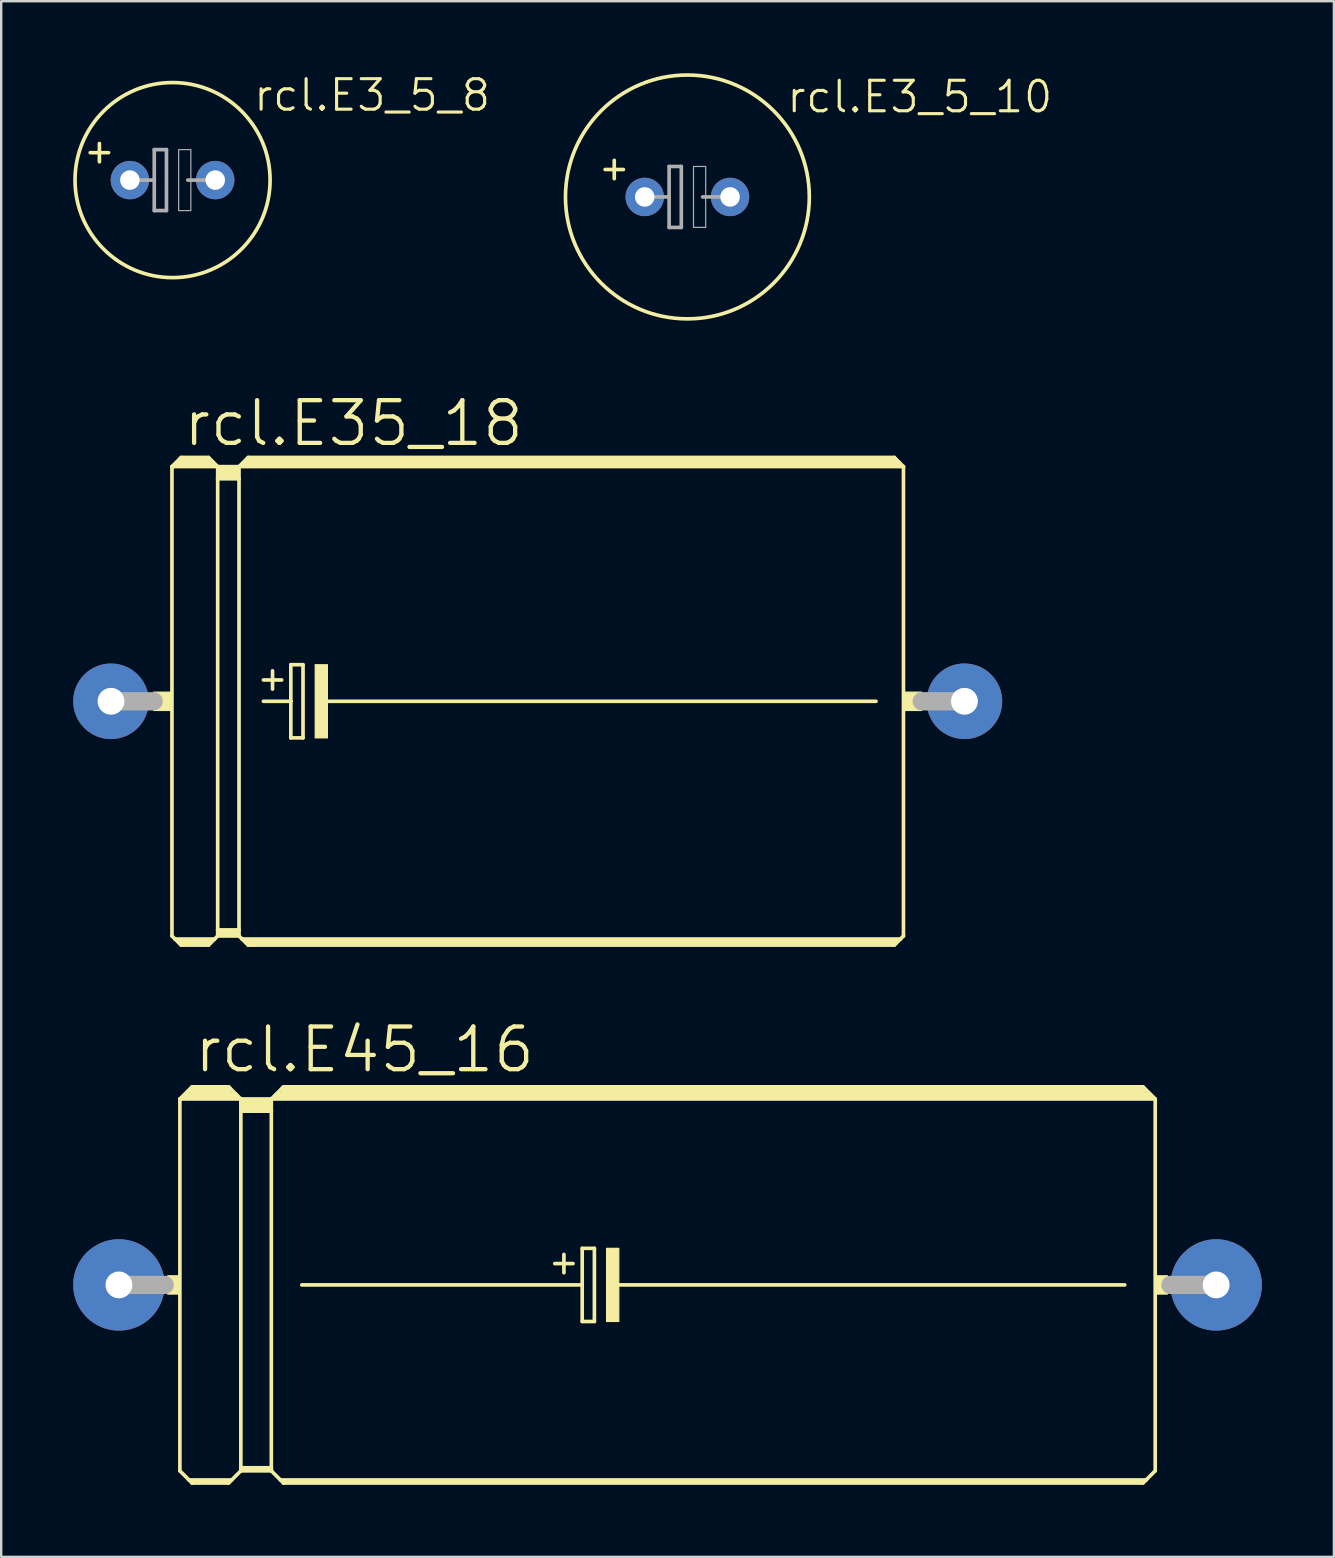
<source format=kicad_pcb>
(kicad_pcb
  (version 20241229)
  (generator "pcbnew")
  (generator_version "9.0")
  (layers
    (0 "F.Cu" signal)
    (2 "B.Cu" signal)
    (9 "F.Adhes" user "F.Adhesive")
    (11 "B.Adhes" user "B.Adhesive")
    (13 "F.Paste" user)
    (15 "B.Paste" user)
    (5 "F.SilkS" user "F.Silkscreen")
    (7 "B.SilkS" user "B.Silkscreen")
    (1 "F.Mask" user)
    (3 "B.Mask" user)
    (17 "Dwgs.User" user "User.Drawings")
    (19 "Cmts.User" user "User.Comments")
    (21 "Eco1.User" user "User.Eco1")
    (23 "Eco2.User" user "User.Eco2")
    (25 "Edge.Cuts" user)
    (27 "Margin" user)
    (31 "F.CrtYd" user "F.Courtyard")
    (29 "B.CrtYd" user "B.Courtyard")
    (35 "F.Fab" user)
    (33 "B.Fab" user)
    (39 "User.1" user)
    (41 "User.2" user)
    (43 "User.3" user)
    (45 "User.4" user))
  (footprint "rcl.E3_5_8"
    (layer "F.Cu")
    (at 4.14 4.454)
    (property "Reference" "rcl.E3_5_8" (at 3.302 -2.794 0) (layer "F.SilkS") (effects (font (size 1.27 1.27) (thickness 0.13)) (justify left bottom)))
    (attr through_hole)
    (fp_line (start -3.429 -1.143) (end -2.667 -1.143) (stroke (width 0.152) (type default)) (layer "F.SilkS"))
    (fp_line (start -3.048 -0.762) (end -3.048 -1.524) (stroke (width 0.152) (type default)) (layer "F.SilkS"))
    (fp_circle (center 0 0) (end 4.064 0) (stroke (width 0.152) (type default)) (fill no) (layer "F.SilkS"))
    (fp_line (start -1.651 0) (end -0.762 0) (stroke (width 0.152) (type default)) (layer "F.Fab"))
    (fp_line (start -0.762 -1.27) (end -0.762 0) (stroke (width 0.152) (type default)) (layer "F.Fab"))
    (fp_line (start -0.762 0) (end -0.762 1.27) (stroke (width 0.152) (type default)) (layer "F.Fab"))
    (fp_line (start -0.762 1.27) (end -0.254 1.27) (stroke (width 0.152) (type default)) (layer "F.Fab"))
    (fp_line (start -0.254 -1.27) (end -0.762 -1.27) (stroke (width 0.152) (type default)) (layer "F.Fab"))
    (fp_line (start -0.254 1.27) (end -0.254 -1.27) (stroke (width 0.152) (type default)) (layer "F.Fab"))
    (fp_line (start 0.635 0) (end 1.651 0) (stroke (width 0.152) (type default)) (layer "F.Fab"))
    (fp_rect (start 0.254 1.27) (end 0.762 -1.27) (stroke (width 0.05) (type default)) (fill no) (layer "F.Fab"))
    (pad "+" thru_hole circle (at -1.778 0) (size 1.6 1.6) (drill 0.813) (layers "*.Cu" "*.Mask"))
    (pad "-" thru_hole circle (at 1.778 0) (size 1.6 1.6) (drill 0.813) (layers "*.Cu" "*.Mask")))
  (footprint "rcl.E3_5_10"
    (layer "F.Cu")
    (at 25.592 5.156)
    (property "Reference" "rcl.E3_5_10" (at 4.064 -3.429 0) (layer "F.SilkS") (effects (font (size 1.27 1.27) (thickness 0.13)) (justify left bottom)))
    (attr through_hole)
    (fp_line (start -3.429 -1.143) (end -2.667 -1.143) (stroke (width 0.152) (type default)) (layer "F.SilkS"))
    (fp_line (start -3.048 -0.762) (end -3.048 -1.524) (stroke (width 0.152) (type default)) (layer "F.SilkS"))
    (fp_circle (center 0 0) (end 5.08 0) (stroke (width 0.152) (type default)) (fill no) (layer "F.SilkS"))
    (fp_line (start -1.651 0) (end -0.762 0) (stroke (width 0.152) (type default)) (layer "F.Fab"))
    (fp_line (start -0.762 -1.27) (end -0.762 0) (stroke (width 0.152) (type default)) (layer "F.Fab"))
    (fp_line (start -0.762 0) (end -0.762 1.27) (stroke (width 0.152) (type default)) (layer "F.Fab"))
    (fp_line (start -0.762 1.27) (end -0.254 1.27) (stroke (width 0.152) (type default)) (layer "F.Fab"))
    (fp_line (start -0.254 -1.27) (end -0.762 -1.27) (stroke (width 0.152) (type default)) (layer "F.Fab"))
    (fp_line (start -0.254 1.27) (end -0.254 -1.27) (stroke (width 0.152) (type default)) (layer "F.Fab"))
    (fp_line (start 0.635 0) (end 1.651 0) (stroke (width 0.152) (type default)) (layer "F.Fab"))
    (fp_rect (start 0.254 1.27) (end 0.762 -1.27) (stroke (width 0.05) (type default)) (fill no) (layer "F.Fab"))
    (pad "+" thru_hole circle (at -1.778 0) (size 1.6 1.6) (drill 0.813) (layers "*.Cu" "*.Mask"))
    (pad "-" thru_hole circle (at 1.778 0) (size 1.6 1.6) (drill 0.813) (layers "*.Cu" "*.Mask")))
  (footprint "rcl.E35_18"
    (layer "F.Cu")
    (at 19.355 26.171)
    (property "Reference" "rcl.E35_18" (at -14.859 -10.541 0) (layer "F.SilkS") (effects (font (size 1.778 1.778) (thickness 0.18)) (justify left bottom)))
    (attr through_hole)
    (fp_line (start -15.24 -9.779) (end -15.24 9.779) (stroke (width 0.152) (type default)) (layer "F.SilkS"))
    (fp_line (start -15.24 -9.779) (end -14.859 -10.16) (stroke (width 0.152) (type default)) (layer "F.SilkS"))
    (fp_line (start -15.24 -9.779) (end -13.335 -9.779) (stroke (width 0.152) (type default)) (layer "F.SilkS"))
    (fp_line (start -15.24 9.779) (end -15.113 9.906) (stroke (width 0.152) (type default)) (layer "F.SilkS"))
    (fp_line (start -15.113 9.906) (end -14.859 10.16) (stroke (width 0.152) (type default)) (layer "F.SilkS"))
    (fp_line (start -15.113 9.906) (end -13.462 9.906) (stroke (width 0.152) (type default)) (layer "F.SilkS"))
    (fp_line (start -14.986 -9.906) (end -13.589 -9.906) (stroke (width 0.305) (type default)) (layer "F.SilkS"))
    (fp_line (start -14.859 -10.16) (end -13.716 -10.16) (stroke (width 0.152) (type default)) (layer "F.SilkS"))
    (fp_line (start -14.859 -10.033) (end -13.716 -10.033) (stroke (width 0.305) (type default)) (layer "F.SilkS"))
    (fp_line (start -14.859 10.033) (end -13.716 10.033) (stroke (width 0.305) (type default)) (layer "F.SilkS"))
    (fp_line (start -14.859 10.16) (end -13.716 10.16) (stroke (width 0.152) (type default)) (layer "F.SilkS"))
    (fp_line (start -13.462 9.906) (end -13.716 10.16) (stroke (width 0.152) (type default)) (layer "F.SilkS"))
    (fp_line (start -13.335 -9.779) (end -13.716 -10.16) (stroke (width 0.152) (type default)) (layer "F.SilkS"))
    (fp_line (start -13.335 -9.779) (end -13.335 -9.271) (stroke (width 0.152) (type default)) (layer "F.SilkS"))
    (fp_line (start -13.335 -9.779) (end -12.446 -9.779) (stroke (width 0.152) (type default)) (layer "F.SilkS"))
    (fp_line (start -13.335 -9.271) (end -13.335 9.525) (stroke (width 0.152) (type default)) (layer "F.SilkS"))
    (fp_line (start -13.335 -9.271) (end -12.446 -9.271) (stroke (width 0.152) (type default)) (layer "F.SilkS"))
    (fp_line (start -13.335 9.525) (end -13.335 9.779) (stroke (width 0.152) (type default)) (layer "F.SilkS"))
    (fp_line (start -13.335 9.525) (end -12.446 9.525) (stroke (width 0.152) (type default)) (layer "F.SilkS"))
    (fp_line (start -13.335 9.779) (end -13.462 9.906) (stroke (width 0.152) (type default)) (layer "F.SilkS"))
    (fp_line (start -13.335 9.779) (end -12.446 9.779) (stroke (width 0.152) (type default)) (layer "F.SilkS"))
    (fp_line (start -13.208 -9.652) (end -12.573 -9.652) (stroke (width 0.305) (type default)) (layer "F.SilkS"))
    (fp_line (start -13.208 -9.398) (end -12.573 -9.398) (stroke (width 0.305) (type default)) (layer "F.SilkS"))
    (fp_line (start -13.208 9.652) (end -12.573 9.652) (stroke (width 0.305) (type default)) (layer "F.SilkS"))
    (fp_line (start -12.446 -9.779) (end -12.446 -9.271) (stroke (width 0.152) (type default)) (layer "F.SilkS"))
    (fp_line (start -12.446 -9.779) (end -12.065 -10.16) (stroke (width 0.152) (type default)) (layer "F.SilkS"))
    (fp_line (start -12.446 -9.779) (end 15.24 -9.779) (stroke (width 0.152) (type default)) (layer "F.SilkS"))
    (fp_line (start -12.446 -9.271) (end -12.446 9.525) (stroke (width 0.152) (type default)) (layer "F.SilkS"))
    (fp_line (start -12.446 9.525) (end -12.446 9.779) (stroke (width 0.152) (type default)) (layer "F.SilkS"))
    (fp_line (start -12.319 9.906) (end -12.446 9.779) (stroke (width 0.152) (type default)) (layer "F.SilkS"))
    (fp_line (start -12.319 9.906) (end 15.113 9.906) (stroke (width 0.152) (type default)) (layer "F.SilkS"))
    (fp_line (start -12.192 -9.906) (end 14.986 -9.906) (stroke (width 0.305) (type default)) (layer "F.SilkS"))
    (fp_line (start -12.065 -10.033) (end 14.859 -10.033) (stroke (width 0.305) (type default)) (layer "F.SilkS"))
    (fp_line (start -12.065 10.033) (end 14.859 10.033) (stroke (width 0.305) (type default)) (layer "F.SilkS"))
    (fp_line (start -12.065 10.16) (end -12.319 9.906) (stroke (width 0.152) (type default)) (layer "F.SilkS"))
    (fp_line (start -11.43 -0.889) (end -10.668 -0.889) (stroke (width 0.152) (type default)) (layer "F.SilkS"))
    (fp_line (start -11.43 0) (end -10.287 0) (stroke (width 0.152) (type default)) (layer "F.SilkS"))
    (fp_line (start -11.049 -1.27) (end -11.049 -0.508) (stroke (width 0.152) (type default)) (layer "F.SilkS"))
    (fp_line (start -10.287 -1.524) (end -10.287 0) (stroke (width 0.152) (type default)) (layer "F.SilkS"))
    (fp_line (start -10.287 0) (end -10.287 1.524) (stroke (width 0.152) (type default)) (layer "F.SilkS"))
    (fp_line (start -10.287 1.524) (end -9.779 1.524) (stroke (width 0.152) (type default)) (layer "F.SilkS"))
    (fp_line (start -9.779 -1.524) (end -10.287 -1.524) (stroke (width 0.152) (type default)) (layer "F.SilkS"))
    (fp_line (start -9.779 1.524) (end -9.779 -1.524) (stroke (width 0.152) (type default)) (layer "F.SilkS"))
    (fp_line (start -8.89 0) (end 14.097 0) (stroke (width 0.152) (type default)) (layer "F.SilkS"))
    (fp_line (start 14.859 -10.16) (end -12.065 -10.16) (stroke (width 0.152) (type default)) (layer "F.SilkS"))
    (fp_line (start 14.859 10.16) (end -12.065 10.16) (stroke (width 0.152) (type default)) (layer "F.SilkS"))
    (fp_line (start 15.113 9.906) (end 14.859 10.16) (stroke (width 0.152) (type default)) (layer "F.SilkS"))
    (fp_line (start 15.24 -9.779) (end 14.859 -10.16) (stroke (width 0.152) (type default)) (layer "F.SilkS"))
    (fp_line (start 15.24 -9.779) (end 15.24 9.779) (stroke (width 0.152) (type default)) (layer "F.SilkS"))
    (fp_line (start 15.24 9.779) (end 15.113 9.906) (stroke (width 0.152) (type default)) (layer "F.SilkS"))
    (fp_rect (start -16.002 0.381) (end -15.24 -0.381) (stroke (width 0.05) (type default)) (fill yes) (layer "F.SilkS"))
    (fp_rect (start -9.271 1.524) (end -8.763 -1.524) (stroke (width 0.05) (type default)) (fill yes) (layer "F.SilkS"))
    (fp_rect (start 15.24 0.381) (end 16.002 -0.381) (stroke (width 0.05) (type default)) (fill yes) (layer "F.SilkS"))
    (fp_line (start -17.78 0) (end -16.002 0) (stroke (width 0.762) (type default)) (layer "F.Fab"))
    (fp_line (start 17.78 0) (end 16.002 0) (stroke (width 0.762) (type default)) (layer "F.Fab"))
    (pad "+" thru_hole circle (at -17.78 0) (size 3.15 3.15) (drill 1.118) (layers "*.Cu" "*.Mask"))
    (pad "-" thru_hole circle (at 17.78 0) (size 3.15 3.15) (drill 1.118) (layers "*.Cu" "*.Mask")))
  (footprint "rcl.E45_16"
    (layer "F.Cu")
    (at 24.765 50.489)
    (property "Reference" "rcl.E45_16" (at -19.812 -8.763 0) (layer "F.SilkS") (effects (font (size 1.778 1.778) (thickness 0.18)) (justify left bottom)))
    (attr through_hole)
    (fp_line (start -20.32 -7.747) (end -20.32 7.747) (stroke (width 0.152) (type default)) (layer "F.SilkS"))
    (fp_line (start -20.32 -7.747) (end -19.812 -8.255) (stroke (width 0.152) (type default)) (layer "F.SilkS"))
    (fp_line (start -20.32 -7.747) (end -17.78 -7.747) (stroke (width 0.152) (type default)) (layer "F.SilkS"))
    (fp_line (start -20.32 7.747) (end -19.939 8.128) (stroke (width 0.152) (type default)) (layer "F.SilkS"))
    (fp_line (start -20.066 -7.874) (end -18.034 -7.874) (stroke (width 0.305) (type default)) (layer "F.SilkS"))
    (fp_line (start -19.939 8.128) (end -19.812 8.255) (stroke (width 0.152) (type default)) (layer "F.SilkS"))
    (fp_line (start -19.939 8.128) (end -18.161 8.128) (stroke (width 0.152) (type default)) (layer "F.SilkS"))
    (fp_line (start -19.812 -8.255) (end -18.288 -8.255) (stroke (width 0.152) (type default)) (layer "F.SilkS"))
    (fp_line (start -19.812 -8.128) (end -18.288 -8.128) (stroke (width 0.305) (type default)) (layer "F.SilkS"))
    (fp_line (start -19.812 8.204) (end -18.288 8.204) (stroke (width 0.152) (type default)) (layer "F.SilkS"))
    (fp_line (start -19.812 8.255) (end -19.812 8.204) (stroke (width 0.152) (type default)) (layer "F.SilkS"))
    (fp_line (start -19.812 8.255) (end -18.288 8.255) (stroke (width 0.152) (type default)) (layer "F.SilkS"))
    (fp_line (start -18.288 -8.255) (end -17.78 -7.747) (stroke (width 0.152) (type default)) (layer "F.SilkS"))
    (fp_line (start -18.288 8.255) (end -18.161 8.128) (stroke (width 0.152) (type default)) (layer "F.SilkS"))
    (fp_line (start -18.161 8.128) (end -17.78 7.747) (stroke (width 0.152) (type default)) (layer "F.SilkS"))
    (fp_line (start -17.78 -7.747) (end -16.51 -7.747) (stroke (width 0.152) (type default)) (layer "F.SilkS"))
    (fp_line (start -17.78 -7.239) (end -17.78 -7.747) (stroke (width 0.152) (type default)) (layer "F.SilkS"))
    (fp_line (start -17.78 -7.239) (end -16.51 -7.239) (stroke (width 0.152) (type default)) (layer "F.SilkS"))
    (fp_line (start -17.78 7.62) (end -17.78 -7.239) (stroke (width 0.152) (type default)) (layer "F.SilkS"))
    (fp_line (start -17.78 7.62) (end -16.51 7.62) (stroke (width 0.152) (type default)) (layer "F.SilkS"))
    (fp_line (start -17.78 7.696) (end -17.78 7.62) (stroke (width 0.152) (type default)) (layer "F.SilkS"))
    (fp_line (start -17.78 7.696) (end -16.51 7.696) (stroke (width 0.152) (type default)) (layer "F.SilkS"))
    (fp_line (start -17.78 7.747) (end -17.78 7.696) (stroke (width 0.152) (type default)) (layer "F.SilkS"))
    (fp_line (start -17.78 7.747) (end -16.51 7.747) (stroke (width 0.152) (type default)) (layer "F.SilkS"))
    (fp_line (start -17.653 -7.62) (end -16.637 -7.62) (stroke (width 0.305) (type default)) (layer "F.SilkS"))
    (fp_line (start -17.653 -7.366) (end -16.637 -7.366) (stroke (width 0.305) (type default)) (layer "F.SilkS"))
    (fp_line (start -16.51 -7.747) (end -16.002 -8.255) (stroke (width 0.152) (type default)) (layer "F.SilkS"))
    (fp_line (start -16.51 -7.747) (end 20.32 -7.747) (stroke (width 0.152) (type default)) (layer "F.SilkS"))
    (fp_line (start -16.51 -7.239) (end -16.51 -7.747) (stroke (width 0.152) (type default)) (layer "F.SilkS"))
    (fp_line (start -16.51 7.62) (end -16.51 -7.239) (stroke (width 0.152) (type default)) (layer "F.SilkS"))
    (fp_line (start -16.51 7.696) (end -16.51 7.62) (stroke (width 0.152) (type default)) (layer "F.SilkS"))
    (fp_line (start -16.51 7.747) (end -16.51 7.696) (stroke (width 0.152) (type default)) (layer "F.SilkS"))
    (fp_line (start -16.51 7.747) (end -16.129 8.128) (stroke (width 0.152) (type default)) (layer "F.SilkS"))
    (fp_line (start -16.256 -7.874) (end 20.066 -7.874) (stroke (width 0.305) (type default)) (layer "F.SilkS"))
    (fp_line (start -16.129 8.128) (end -16.002 8.255) (stroke (width 0.152) (type default)) (layer "F.SilkS"))
    (fp_line (start -16.129 8.128) (end 19.939 8.128) (stroke (width 0.152) (type default)) (layer "F.SilkS"))
    (fp_line (start -16.002 -8.255) (end 19.812 -8.255) (stroke (width 0.152) (type default)) (layer "F.SilkS"))
    (fp_line (start -16.002 -8.128) (end 19.812 -8.128) (stroke (width 0.305) (type default)) (layer "F.SilkS"))
    (fp_line (start -16.002 8.204) (end 19.812 8.204) (stroke (width 0.152) (type default)) (layer "F.SilkS"))
    (fp_line (start -16.002 8.255) (end -16.002 8.204) (stroke (width 0.152) (type default)) (layer "F.SilkS"))
    (fp_line (start -16.002 8.255) (end 19.812 8.255) (stroke (width 0.152) (type default)) (layer "F.SilkS"))
    (fp_line (start -15.24 0) (end -3.556 0) (stroke (width 0.152) (type default)) (layer "F.SilkS"))
    (fp_line (start -4.699 -0.889) (end -3.937 -0.889) (stroke (width 0.152) (type default)) (layer "F.SilkS"))
    (fp_line (start -4.318 -1.27) (end -4.318 -0.508) (stroke (width 0.152) (type default)) (layer "F.SilkS"))
    (fp_line (start -3.556 -1.524) (end -3.556 0) (stroke (width 0.152) (type default)) (layer "F.SilkS"))
    (fp_line (start -3.556 0) (end -3.556 1.524) (stroke (width 0.152) (type default)) (layer "F.SilkS"))
    (fp_line (start -3.556 1.524) (end -3.048 1.524) (stroke (width 0.152) (type default)) (layer "F.SilkS"))
    (fp_line (start -3.048 -1.524) (end -3.556 -1.524) (stroke (width 0.152) (type default)) (layer "F.SilkS"))
    (fp_line (start -3.048 1.524) (end -3.048 -1.524) (stroke (width 0.152) (type default)) (layer "F.SilkS"))
    (fp_line (start -2.159 0) (end 19.05 0) (stroke (width 0.152) (type default)) (layer "F.SilkS"))
    (fp_line (start 19.812 -8.255) (end 20.32 -7.747) (stroke (width 0.152) (type default)) (layer "F.SilkS"))
    (fp_line (start 19.812 8.255) (end 19.939 8.128) (stroke (width 0.152) (type default)) (layer "F.SilkS"))
    (fp_line (start 19.939 8.128) (end 20.32 7.747) (stroke (width 0.152) (type default)) (layer "F.SilkS"))
    (fp_line (start 20.32 -7.747) (end 20.32 7.747) (stroke (width 0.152) (type default)) (layer "F.SilkS"))
    (fp_rect (start -20.828 0.381) (end -20.32 -0.381) (stroke (width 0.05) (type default)) (fill yes) (layer "F.SilkS"))
    (fp_rect (start -2.54 1.524) (end -2.032 -1.524) (stroke (width 0.05) (type default)) (fill yes) (layer "F.SilkS"))
    (fp_rect (start 20.32 0.381) (end 20.828 -0.381) (stroke (width 0.05) (type default)) (fill yes) (layer "F.SilkS"))
    (fp_line (start -22.86 0) (end -20.955 0) (stroke (width 0.762) (type default)) (layer "F.Fab"))
    (fp_line (start 22.86 0) (end 20.955 0) (stroke (width 0.762) (type default)) (layer "F.Fab"))
    (pad "+" thru_hole circle (at -22.86 0) (size 3.81 3.81) (drill 1.118) (layers "*.Cu" "*.Mask"))
    (pad "-" thru_hole circle (at 22.86 0) (size 3.81 3.81) (drill 1.118) (layers "*.Cu" "*.Mask")))
  (gr_rect
    (start -3 -3)
    (end 52.53 61.82)
    (stroke (width 0.1) (type default))
    (fill no)
    (layer "Edge.Cuts")))
</source>
